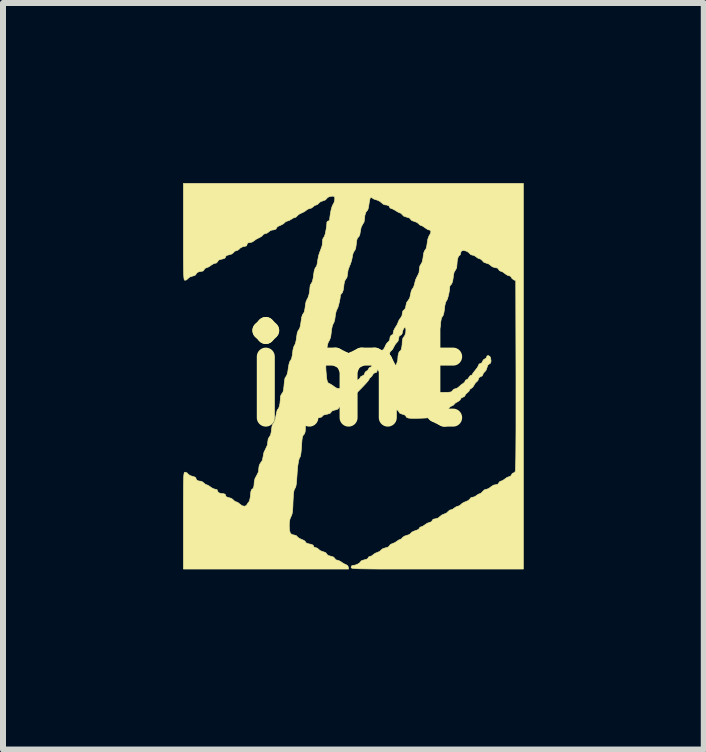
<source format=kicad_pcb>
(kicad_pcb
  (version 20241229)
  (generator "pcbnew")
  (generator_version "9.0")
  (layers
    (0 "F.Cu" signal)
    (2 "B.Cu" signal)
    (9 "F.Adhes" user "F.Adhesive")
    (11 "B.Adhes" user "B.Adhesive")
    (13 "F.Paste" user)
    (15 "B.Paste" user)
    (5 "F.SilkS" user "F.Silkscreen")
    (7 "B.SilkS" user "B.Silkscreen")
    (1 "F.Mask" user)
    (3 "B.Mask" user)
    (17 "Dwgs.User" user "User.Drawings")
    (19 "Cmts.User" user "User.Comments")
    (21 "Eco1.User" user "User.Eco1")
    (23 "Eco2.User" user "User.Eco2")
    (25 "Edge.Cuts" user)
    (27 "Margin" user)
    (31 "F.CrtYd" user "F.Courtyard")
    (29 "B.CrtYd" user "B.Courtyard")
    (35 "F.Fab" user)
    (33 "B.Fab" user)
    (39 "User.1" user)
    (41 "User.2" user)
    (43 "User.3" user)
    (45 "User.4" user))
  (footprint "imt"
    (layer "F.Cu")
    (at 2.829 3.217)
    (property "Reference" "imt" (at 0 0 0) (layer "F.SilkS") (effects (font (size 1.524 1.524) (thickness 0.3))))
    (attr through_hole)
    (fp_poly (pts (xy 2.839 3.212) (xy 1.404 3.212) (xy 1.166 3.212) (xy 0.955 3.212) (xy 0.77 3.212) (xy 0.61 3.212) (xy 0.473 3.212) (xy 0.358 3.211) (xy 0.261 3.21) (xy 0.182 3.209) (xy 0.119 3.208) (xy 0.069 3.206) (xy 0.033 3.204) (xy 0.006 3.201) (xy -0.012 3.199) (xy -0.022 3.195) (xy -0.028 3.191) (xy -0.03 3.187) (xy -0.03 3.182) (xy -0.02 3.157) (xy -0.005 3.153) (xy 0.037 3.146) (xy 0.08 3.129) (xy 0.113 3.108) (xy 0.124 3.092) (xy 0.144 3.072) (xy 0.19 3.058) (xy 0.192 3.058) (xy 0.237 3.045) (xy 0.254 3.027) (xy 0.254 3.025) (xy 0.266 3.007) (xy 0.282 3.003) (xy 0.312 2.993) (xy 0.335 2.974) (xy 0.37 2.949) (xy 0.406 2.935) (xy 0.444 2.919) (xy 0.468 2.897) (xy 0.495 2.874) (xy 0.54 2.859) (xy 0.544 2.859) (xy 0.589 2.845) (xy 0.608 2.823) (xy 0.627 2.801) (xy 0.655 2.789) (xy 0.696 2.773) (xy 0.731 2.75) (xy 0.762 2.728) (xy 0.787 2.719) (xy 0.809 2.708) (xy 0.825 2.689) (xy 0.855 2.665) (xy 0.9 2.65) (xy 0.941 2.637) (xy 0.963 2.617) (xy 0.963 2.616) (xy 0.982 2.597) (xy 1.02 2.579) (xy 1.038 2.573) (xy 1.084 2.556) (xy 1.105 2.537) (xy 1.106 2.533) (xy 1.118 2.514) (xy 1.132 2.51) (xy 1.16 2.501) (xy 1.195 2.478) (xy 1.201 2.473) (xy 1.239 2.448) (xy 1.274 2.436) (xy 1.278 2.435) (xy 1.309 2.423) (xy 1.319 2.406) (xy 1.336 2.382) (xy 1.37 2.376) (xy 1.419 2.362) (xy 1.445 2.34) (xy 1.483 2.31) (xy 1.523 2.294) (xy 1.56 2.278) (xy 1.584 2.255) (xy 1.609 2.232) (xy 1.629 2.226) (xy 1.661 2.216) (xy 1.688 2.196) (xy 1.721 2.174) (xy 1.747 2.166) (xy 1.778 2.155) (xy 1.797 2.138) (xy 1.823 2.115) (xy 1.865 2.094) (xy 1.879 2.089) (xy 1.921 2.071) (xy 1.945 2.049) (xy 1.948 2.044) (xy 1.967 2.022) (xy 1.99 2.017) (xy 2.028 2.007) (xy 2.058 1.987) (xy 2.089 1.965) (xy 2.113 1.957) (xy 2.137 1.946) (xy 2.16 1.92) (xy 2.195 1.889) (xy 2.223 1.883) (xy 2.259 1.872) (xy 2.295 1.845) (xy 2.341 1.814) (xy 2.374 1.808) (xy 2.412 1.8) (xy 2.428 1.778) (xy 2.447 1.754) (xy 2.464 1.748) (xy 2.492 1.738) (xy 2.527 1.715) (xy 2.531 1.711) (xy 2.566 1.686) (xy 2.599 1.674) (xy 2.602 1.673) (xy 2.631 1.66) (xy 2.64 1.644) (xy 2.655 1.619) (xy 2.668 1.614) (xy 2.691 1.602) (xy 2.704 1.585) (xy 2.707 1.566) (xy 2.709 1.519) (xy 2.711 1.446) (xy 2.713 1.345) (xy 2.714 1.215) (xy 2.715 1.058) (xy 2.716 0.872) (xy 2.716 0.657) (xy 2.716 0.413) (xy 2.716 0.14) (xy 2.716 -0.018) (xy 2.712 -1.591) (xy 2.679 -1.606) (xy 2.65 -1.627) (xy 2.639 -1.647) (xy 2.621 -1.669) (xy 2.602 -1.673) (xy 2.571 -1.683) (xy 2.535 -1.707) (xy 2.531 -1.711) (xy 2.497 -1.736) (xy 2.467 -1.748) (xy 2.464 -1.748) (xy 2.438 -1.761) (xy 2.428 -1.778) (xy 2.409 -1.802) (xy 2.374 -1.808) (xy 2.324 -1.822) (xy 2.295 -1.845) (xy 2.259 -1.872) (xy 2.223 -1.883) (xy 2.182 -1.897) (xy 2.16 -1.92) (xy 2.134 -1.947) (xy 2.109 -1.957) (xy 2.079 -1.968) (xy 2.054 -1.987) (xy 2.021 -2.01) (xy 1.992 -2.017) (xy 1.961 -2.026) (xy 1.948 -2.04) (xy 1.929 -2.061) (xy 1.894 -2.082) (xy 1.886 -2.085) (xy 1.838 -2.097) (xy 1.806 -2.085) (xy 1.793 -2.051) (xy 1.793 -2.045) (xy 1.787 -2.022) (xy 1.78 -2.017) (xy 1.763 -2.003) (xy 1.747 -1.968) (xy 1.737 -1.918) (xy 1.733 -1.867) (xy 1.728 -1.808) (xy 1.71 -1.771) (xy 1.705 -1.765) (xy 1.684 -1.728) (xy 1.672 -1.665) (xy 1.671 -1.647) (xy 1.661 -1.582) (xy 1.645 -1.539) (xy 1.639 -1.532) (xy 1.619 -1.509) (xy 1.613 -1.497) (xy 1.609 -1.445) (xy 1.6 -1.387) (xy 1.587 -1.332) (xy 1.574 -1.287) (xy 1.562 -1.262) (xy 1.56 -1.26) (xy 1.544 -1.232) (xy 1.531 -1.175) (xy 1.526 -1.129) (xy 1.515 -1.055) (xy 1.501 -1.009) (xy 1.491 -0.997) (xy 1.474 -0.967) (xy 1.463 -0.907) (xy 1.46 -0.879) (xy 1.451 -0.81) (xy 1.437 -0.765) (xy 1.429 -0.754) (xy 1.413 -0.736) (xy 1.403 -0.711) (xy 1.394 -0.674) (xy 1.387 -0.618) (xy 1.382 -0.576) (xy 1.374 -0.52) (xy 1.36 -0.473) (xy 1.35 -0.45) (xy 1.336 -0.414) (xy 1.325 -0.355) (xy 1.319 -0.293) (xy 1.31 -0.212) (xy 1.295 -0.144) (xy 1.283 -0.111) (xy 1.263 -0.05) (xy 1.255 0.015) (xy 1.259 0.074) (xy 1.274 0.118) (xy 1.285 0.13) (xy 1.308 0.16) (xy 1.315 0.183) (xy 1.327 0.205) (xy 1.343 0.209) (xy 1.369 0.222) (xy 1.379 0.239) (xy 1.386 0.254) (xy 1.4 0.263) (xy 1.429 0.267) (xy 1.478 0.269) (xy 1.515 0.269) (xy 1.578 0.268) (xy 1.618 0.265) (xy 1.641 0.258) (xy 1.655 0.245) (xy 1.658 0.239) (xy 1.683 0.215) (xy 1.705 0.209) (xy 1.736 0.199) (xy 1.768 0.174) (xy 1.802 0.143) (xy 1.834 0.121) (xy 1.86 0.1) (xy 1.868 0.082) (xy 1.88 0.062) (xy 1.89 0.06) (xy 1.913 0.047) (xy 1.93 0.022) (xy 1.949 -0.005) (xy 1.967 -0.015) (xy 1.985 -0.022) (xy 1.987 -0.027) (xy 1.996 -0.045) (xy 2.019 -0.076) (xy 2.039 -0.101) (xy 2.069 -0.139) (xy 2.088 -0.172) (xy 2.092 -0.185) (xy 2.104 -0.205) (xy 2.12 -0.209) (xy 2.147 -0.223) (xy 2.157 -0.245) (xy 2.175 -0.275) (xy 2.196 -0.288) (xy 2.221 -0.304) (xy 2.226 -0.32) (xy 2.236 -0.34) (xy 2.258 -0.343) (xy 2.28 -0.33) (xy 2.292 -0.31) (xy 2.301 -0.252) (xy 2.29 -0.216) (xy 2.272 -0.205) (xy 2.246 -0.183) (xy 2.233 -0.143) (xy 2.219 -0.103) (xy 2.198 -0.076) (xy 2.195 -0.074) (xy 2.172 -0.05) (xy 2.166 -0.031) (xy 2.153 -0.005) (xy 2.129 0.006) (xy 2.098 0.024) (xy 2.092 0.045) (xy 2.08 0.075) (xy 2.064 0.089) (xy 2.039 0.113) (xy 2.018 0.148) (xy 1.996 0.183) (xy 1.971 0.202) (xy 1.971 0.202) (xy 1.947 0.218) (xy 1.942 0.231) (xy 1.931 0.252) (xy 1.905 0.275) (xy 1.878 0.299) (xy 1.868 0.32) (xy 1.855 0.339) (xy 1.83 0.35) (xy 1.802 0.364) (xy 1.793 0.381) (xy 1.781 0.4) (xy 1.75 0.422) (xy 1.741 0.427) (xy 1.707 0.446) (xy 1.689 0.463) (xy 1.688 0.466) (xy 1.676 0.48) (xy 1.646 0.495) (xy 1.645 0.495) (xy 1.612 0.514) (xy 1.594 0.539) (xy 1.575 0.563) (xy 1.558 0.568) (xy 1.526 0.578) (xy 1.502 0.598) (xy 1.468 0.621) (xy 1.439 0.628) (xy 1.395 0.636) (xy 1.351 0.658) (xy 1.327 0.68) (xy 1.308 0.686) (xy 1.267 0.691) (xy 1.21 0.696) (xy 1.143 0.699) (xy 1.074 0.701) (xy 1.009 0.702) (xy 0.956 0.7) (xy 0.92 0.696) (xy 0.918 0.696) (xy 0.89 0.681) (xy 0.882 0.665) (xy 0.868 0.648) (xy 0.832 0.634) (xy 0.827 0.634) (xy 0.783 0.618) (xy 0.766 0.596) (xy 0.754 0.573) (xy 0.745 0.568) (xy 0.719 0.555) (xy 0.693 0.524) (xy 0.676 0.486) (xy 0.672 0.465) (xy 0.665 0.429) (xy 0.642 0.414) (xy 0.628 0.407) (xy 0.619 0.393) (xy 0.614 0.364) (xy 0.613 0.316) (xy 0.613 0.276) (xy 0.614 0.209) (xy 0.618 0.163) (xy 0.628 0.132) (xy 0.642 0.109) (xy 0.663 0.07) (xy 0.672 0.017) (xy 0.672 -0.013) (xy 0.68 -0.092) (xy 0.707 -0.163) (xy 0.71 -0.168) (xy 0.731 -0.217) (xy 0.745 -0.263) (xy 0.747 -0.281) (xy 0.751 -0.339) (xy 0.761 -0.385) (xy 0.775 -0.413) (xy 0.784 -0.418) (xy 0.799 -0.432) (xy 0.811 -0.469) (xy 0.819 -0.524) (xy 0.822 -0.583) (xy 0.833 -0.636) (xy 0.852 -0.661) (xy 0.869 -0.689) (xy 0.88 -0.73) (xy 0.883 -0.773) (xy 0.876 -0.805) (xy 0.869 -0.813) (xy 0.855 -0.807) (xy 0.839 -0.782) (xy 0.826 -0.748) (xy 0.822 -0.718) (xy 0.809 -0.693) (xy 0.792 -0.683) (xy 0.769 -0.667) (xy 0.762 -0.63) (xy 0.752 -0.586) (xy 0.734 -0.565) (xy 0.71 -0.538) (xy 0.686 -0.498) (xy 0.682 -0.489) (xy 0.662 -0.451) (xy 0.641 -0.427) (xy 0.636 -0.424) (xy 0.617 -0.404) (xy 0.613 -0.381) (xy 0.601 -0.349) (xy 0.583 -0.339) (xy 0.557 -0.319) (xy 0.553 -0.3) (xy 0.547 -0.275) (xy 0.539 -0.269) (xy 0.524 -0.257) (xy 0.501 -0.228) (xy 0.491 -0.213) (xy 0.464 -0.173) (xy 0.437 -0.143) (xy 0.43 -0.137) (xy 0.408 -0.109) (xy 0.403 -0.089) (xy 0.392 -0.064) (xy 0.373 -0.06) (xy 0.343 -0.046) (xy 0.329 -0.024) (xy 0.31 0.006) (xy 0.292 0.02) (xy 0.272 0.04) (xy 0.269 0.052) (xy 0.259 0.069) (xy 0.232 0.102) (xy 0.193 0.145) (xy 0.146 0.194) (xy 0.097 0.244) (xy 0.05 0.29) (xy 0.009 0.328) (xy -0.02 0.352) (xy -0.031 0.359) (xy -0.047 0.368) (xy -0.075 0.391) (xy -0.081 0.396) (xy -0.111 0.421) (xy -0.133 0.433) (xy -0.135 0.433) (xy -0.148 0.445) (xy -0.149 0.456) (xy -0.162 0.477) (xy -0.193 0.495) (xy -0.194 0.495) (xy -0.225 0.512) (xy -0.239 0.531) (xy -0.239 0.532) (xy -0.253 0.548) (xy -0.29 0.561) (xy -0.298 0.562) (xy -0.343 0.576) (xy -0.363 0.597) (xy -0.381 0.618) (xy -0.426 0.632) (xy -0.439 0.634) (xy -0.485 0.645) (xy -0.507 0.66) (xy -0.508 0.665) (xy -0.522 0.68) (xy -0.564 0.691) (xy -0.594 0.695) (xy -0.674 0.705) (xy -0.729 0.717) (xy -0.764 0.736) (xy -0.782 0.765) (xy -0.79 0.809) (xy -0.792 0.872) (xy -0.796 0.927) (xy -0.809 0.962) (xy -0.819 0.973) (xy -0.832 0.989) (xy -0.841 1.015) (xy -0.848 1.056) (xy -0.853 1.119) (xy -0.856 1.166) (xy -0.861 1.234) (xy -0.867 1.29) (xy -0.874 1.329) (xy -0.88 1.344) (xy -0.894 1.367) (xy -0.907 1.419) (xy -0.919 1.495) (xy -0.928 1.593) (xy -0.933 1.673) (xy -0.939 1.756) (xy -0.946 1.813) (xy -0.955 1.85) (xy -0.967 1.871) (xy -0.977 1.889) (xy -0.985 1.92) (xy -0.991 1.968) (xy -0.995 2.038) (xy -0.998 2.096) (xy -1.001 2.183) (xy -1.006 2.245) (xy -1.013 2.29) (xy -1.023 2.322) (xy -1.033 2.34) (xy -1.05 2.382) (xy -1.059 2.438) (xy -1.061 2.492) (xy -1.057 2.564) (xy -1.044 2.611) (xy -1.019 2.636) (xy -0.981 2.645) (xy -0.978 2.645) (xy -0.944 2.655) (xy -0.928 2.672) (xy -0.905 2.693) (xy -0.866 2.714) (xy -0.853 2.719) (xy -0.815 2.735) (xy -0.794 2.753) (xy -0.792 2.759) (xy -0.779 2.776) (xy -0.751 2.788) (xy -0.7 2.8) (xy -0.671 2.81) (xy -0.659 2.821) (xy -0.657 2.832) (xy -0.645 2.849) (xy -0.624 2.854) (xy -0.589 2.866) (xy -0.572 2.883) (xy -0.545 2.905) (xy -0.505 2.921) (xy -0.499 2.922) (xy -0.455 2.938) (xy -0.437 2.96) (xy -0.417 2.984) (xy -0.371 2.998) (xy -0.37 2.998) (xy -0.323 3.012) (xy -0.303 3.035) (xy -0.283 3.058) (xy -0.265 3.063) (xy -0.233 3.072) (xy -0.195 3.093) (xy -0.188 3.099) (xy -0.15 3.123) (xy -0.116 3.139) (xy -0.112 3.14) (xy -0.086 3.158) (xy -0.077 3.179) (xy -0.073 3.212) (xy -2.824 3.212) (xy -2.824 2.406) (xy -2.824 2.23) (xy -2.824 2.082) (xy -2.823 1.959) (xy -2.823 1.859) (xy -2.822 1.779) (xy -2.82 1.718) (xy -2.819 1.672) (xy -2.816 1.64) (xy -2.813 1.619) (xy -2.809 1.607) (xy -2.804 1.601) (xy -2.798 1.599) (xy -2.794 1.599) (xy -2.763 1.61) (xy -2.746 1.629) (xy -2.716 1.653) (xy -2.671 1.668) (xy -2.631 1.68) (xy -2.615 1.698) (xy -2.615 1.704) (xy -2.601 1.732) (xy -2.564 1.746) (xy -2.539 1.748) (xy -2.507 1.759) (xy -2.484 1.778) (xy -2.458 1.801) (xy -2.438 1.808) (xy -2.414 1.817) (xy -2.38 1.839) (xy -2.373 1.845) (xy -2.334 1.87) (xy -2.297 1.882) (xy -2.292 1.883) (xy -2.263 1.89) (xy -2.256 1.911) (xy -2.242 1.937) (xy -2.203 1.953) (xy -2.155 1.957) (xy -2.128 1.966) (xy -2.122 1.985) (xy -2.113 2.006) (xy -2.082 2.019) (xy -2.066 2.022) (xy -2.02 2.037) (xy -1.991 2.062) (xy -1.966 2.085) (xy -1.946 2.092) (xy -1.918 2.102) (xy -1.887 2.127) (xy -1.885 2.129) (xy -1.847 2.157) (xy -1.809 2.166) (xy -1.778 2.156) (xy -1.767 2.14) (xy -1.747 2.109) (xy -1.736 2.098) (xy -1.723 2.074) (xy -1.712 2.026) (xy -1.707 1.983) (xy -1.7 1.922) (xy -1.689 1.889) (xy -1.681 1.883) (xy -1.662 1.869) (xy -1.649 1.829) (xy -1.644 1.769) (xy -1.644 1.762) (xy -1.631 1.703) (xy -1.606 1.658) (xy -1.575 1.596) (xy -1.569 1.545) (xy -1.564 1.5) (xy -1.553 1.467) (xy -1.549 1.461) (xy -1.509 1.401) (xy -1.494 1.327) (xy -1.494 1.324) (xy -1.483 1.269) (xy -1.457 1.216) (xy -1.425 1.146) (xy -1.419 1.098) (xy -1.411 1.041) (xy -1.391 1.01) (xy -1.372 0.979) (xy -1.36 0.926) (xy -1.357 0.894) (xy -1.347 0.828) (xy -1.331 0.791) (xy -1.325 0.785) (xy -1.309 0.759) (xy -1.293 0.709) (xy -1.283 0.66) (xy -1.273 0.608) (xy -1.263 0.57) (xy -1.255 0.553) (xy -1.254 0.553) (xy -1.24 0.539) (xy -1.227 0.504) (xy -1.216 0.456) (xy -1.211 0.402) (xy -1.21 0.387) (xy -1.205 0.329) (xy -1.187 0.293) (xy -1.182 0.288) (xy -1.166 0.265) (xy -1.156 0.226) (xy -1.149 0.167) (xy -1.147 0.143) (xy -1.14 0.074) (xy -1.131 0.03) (xy -1.117 0.008) (xy -1.116 0.008) (xy -1.1 -0.02) (xy -1.085 -0.075) (xy -1.078 -0.128) (xy -1.07 -0.175) (xy -0.452 -0.175) (xy -0.451 -0.133) (xy -0.449 -0.089) (xy -0.444 -0.037) (xy -0.442 -0.01) (xy -0.435 0.05) (xy -0.427 0.087) (xy -0.416 0.108) (xy -0.399 0.119) (xy -0.398 0.119) (xy -0.366 0.136) (xy -0.325 0.163) (xy -0.314 0.172) (xy -0.277 0.196) (xy -0.244 0.205) (xy -0.2 0.204) (xy -0.187 0.202) (xy -0.131 0.189) (xy -0.094 0.169) (xy -0.09 0.165) (xy -0.059 0.143) (xy -0.018 0.127) (xy -0.018 0.127) (xy 0.019 0.114) (xy 0.04 0.096) (xy 0.04 0.095) (xy 0.06 0.072) (xy 0.084 0.059) (xy 0.111 0.041) (xy 0.12 0.024) (xy 0.132 0.005) (xy 0.157 -0.006) (xy 0.188 -0.024) (xy 0.194 -0.044) (xy 0.207 -0.072) (xy 0.223 -0.082) (xy 0.25 -0.103) (xy 0.258 -0.12) (xy 0.275 -0.144) (xy 0.29 -0.149) (xy 0.311 -0.161) (xy 0.314 -0.171) (xy 0.323 -0.195) (xy 0.346 -0.23) (xy 0.359 -0.244) (xy 0.386 -0.28) (xy 0.402 -0.31) (xy 0.403 -0.318) (xy 0.416 -0.341) (xy 0.433 -0.351) (xy 0.458 -0.371) (xy 0.463 -0.389) (xy 0.475 -0.418) (xy 0.492 -0.433) (xy 0.516 -0.457) (xy 0.536 -0.495) (xy 0.538 -0.501) (xy 0.557 -0.54) (xy 0.581 -0.567) (xy 0.584 -0.568) (xy 0.607 -0.593) (xy 0.613 -0.612) (xy 0.62 -0.657) (xy 0.638 -0.683) (xy 0.652 -0.687) (xy 0.668 -0.7) (xy 0.672 -0.727) (xy 0.681 -0.765) (xy 0.703 -0.807) (xy 0.707 -0.813) (xy 0.734 -0.855) (xy 0.752 -0.897) (xy 0.753 -0.901) (xy 0.771 -0.941) (xy 0.792 -0.968) (xy 0.816 -1.006) (xy 0.822 -1.041) (xy 0.831 -1.085) (xy 0.852 -1.106) (xy 0.875 -1.132) (xy 0.882 -1.173) (xy 0.895 -1.229) (xy 0.917 -1.258) (xy 0.946 -1.302) (xy 0.96 -1.366) (xy 0.96 -1.366) (xy 0.971 -1.418) (xy 0.987 -1.452) (xy 0.993 -1.458) (xy 1.009 -1.483) (xy 1.024 -1.525) (xy 1.029 -1.55) (xy 1.043 -1.604) (xy 1.064 -1.651) (xy 1.073 -1.666) (xy 1.1 -1.722) (xy 1.106 -1.773) (xy 1.114 -1.834) (xy 1.133 -1.865) (xy 1.154 -1.904) (xy 1.168 -1.972) (xy 1.169 -1.988) (xy 1.18 -2.056) (xy 1.196 -2.095) (xy 1.203 -2.101) (xy 1.221 -2.131) (xy 1.233 -2.188) (xy 1.236 -2.214) (xy 1.247 -2.282) (xy 1.265 -2.332) (xy 1.272 -2.344) (xy 1.295 -2.383) (xy 1.298 -2.416) (xy 1.284 -2.434) (xy 1.272 -2.435) (xy 1.243 -2.445) (xy 1.208 -2.468) (xy 1.201 -2.473) (xy 1.167 -2.497) (xy 1.139 -2.51) (xy 1.135 -2.51) (xy 1.11 -2.522) (xy 1.095 -2.539) (xy 1.068 -2.561) (xy 1.028 -2.577) (xy 1.022 -2.579) (xy 0.98 -2.593) (xy 0.96 -2.615) (xy 0.94 -2.637) (xy 0.896 -2.65) (xy 0.847 -2.666) (xy 0.822 -2.69) (xy 0.802 -2.713) (xy 0.787 -2.719) (xy 0.764 -2.727) (xy 0.729 -2.747) (xy 0.714 -2.757) (xy 0.675 -2.78) (xy 0.643 -2.793) (xy 0.636 -2.794) (xy 0.615 -2.805) (xy 0.613 -2.815) (xy 0.599 -2.838) (xy 0.563 -2.852) (xy 0.537 -2.854) (xy 0.507 -2.864) (xy 0.476 -2.89) (xy 0.476 -2.891) (xy 0.438 -2.919) (xy 0.392 -2.938) (xy 0.39 -2.938) (xy 0.349 -2.951) (xy 0.322 -2.968) (xy 0.32 -2.97) (xy 0.303 -2.983) (xy 0.288 -2.968) (xy 0.276 -2.925) (xy 0.267 -2.863) (xy 0.259 -2.814) (xy 0.25 -2.779) (xy 0.243 -2.766) (xy 0.216 -2.733) (xy 0.199 -2.68) (xy 0.194 -2.628) (xy 0.185 -2.567) (xy 0.163 -2.532) (xy 0.138 -2.485) (xy 0.124 -2.414) (xy 0.114 -2.355) (xy 0.097 -2.322) (xy 0.09 -2.316) (xy 0.073 -2.298) (xy 0.063 -2.26) (xy 0.056 -2.204) (xy 0.047 -2.136) (xy 0.032 -2.096) (xy 0.024 -2.087) (xy 0.007 -2.06) (xy -0.007 -2.012) (xy -0.01 -1.987) (xy -0.023 -1.925) (xy -0.044 -1.863) (xy -0.055 -1.839) (xy -0.08 -1.772) (xy -0.09 -1.709) (xy -0.098 -1.65) (xy -0.118 -1.618) (xy -0.138 -1.585) (xy -0.149 -1.531) (xy -0.152 -1.5) (xy -0.162 -1.432) (xy -0.178 -1.389) (xy -0.184 -1.383) (xy -0.204 -1.359) (xy -0.209 -1.347) (xy -0.213 -1.305) (xy -0.223 -1.251) (xy -0.236 -1.196) (xy -0.249 -1.149) (xy -0.262 -1.12) (xy -0.264 -1.118) (xy -0.277 -1.089) (xy -0.289 -1.041) (xy -0.295 -0.998) (xy -0.303 -0.94) (xy -0.317 -0.894) (xy -0.327 -0.877) (xy -0.342 -0.843) (xy -0.354 -0.786) (xy -0.36 -0.738) (xy -0.37 -0.658) (xy -0.388 -0.604) (xy -0.399 -0.586) (xy -0.413 -0.56) (xy -0.424 -0.524) (xy -0.432 -0.472) (xy -0.439 -0.398) (xy -0.44 -0.374) (xy -0.446 -0.288) (xy -0.45 -0.224) (xy -0.452 -0.175) (xy -1.07 -0.175) (xy -1.065 -0.202) (xy -1.05 -0.248) (xy -1.039 -0.263) (xy -1.022 -0.292) (xy -1.01 -0.35) (xy -1.006 -0.383) (xy -0.998 -0.444) (xy -0.985 -0.491) (xy -0.974 -0.512) (xy -0.96 -0.541) (xy -0.947 -0.591) (xy -0.939 -0.647) (xy -0.928 -0.719) (xy -0.912 -0.761) (xy -0.903 -0.772) (xy -0.886 -0.799) (xy -0.873 -0.852) (xy -0.865 -0.907) (xy -0.854 -0.982) (xy -0.839 -1.027) (xy -0.828 -1.041) (xy -0.811 -1.07) (xy -0.799 -1.128) (xy -0.796 -1.153) (xy -0.789 -1.206) (xy -0.779 -1.249) (xy -0.769 -1.27) (xy -0.749 -1.308) (xy -0.731 -1.364) (xy -0.72 -1.427) (xy -0.717 -1.47) (xy -0.711 -1.518) (xy -0.693 -1.546) (xy -0.677 -1.574) (xy -0.663 -1.631) (xy -0.657 -1.68) (xy -0.645 -1.754) (xy -0.63 -1.8) (xy -0.619 -1.814) (xy -0.602 -1.843) (xy -0.59 -1.901) (xy -0.587 -1.928) (xy -0.573 -2.006) (xy -0.55 -2.075) (xy -0.543 -2.09) (xy -0.513 -2.176) (xy -0.508 -2.228) (xy -0.503 -2.283) (xy -0.488 -2.311) (xy -0.486 -2.312) (xy -0.474 -2.332) (xy -0.461 -2.373) (xy -0.45 -2.428) (xy -0.44 -2.49) (xy -0.434 -2.549) (xy -0.434 -2.566) (xy -0.421 -2.583) (xy -0.411 -2.585) (xy -0.391 -2.595) (xy -0.388 -2.603) (xy -0.384 -2.653) (xy -0.375 -2.712) (xy -0.364 -2.77) (xy -0.35 -2.82) (xy -0.338 -2.851) (xy -0.335 -2.855) (xy -0.317 -2.886) (xy -0.305 -2.927) (xy -0.302 -2.966) (xy -0.309 -2.992) (xy -0.312 -2.995) (xy -0.342 -3) (xy -0.382 -2.994) (xy -0.417 -2.98) (xy -0.437 -2.96) (xy -0.437 -2.959) (xy -0.458 -2.937) (xy -0.498 -2.922) (xy -0.54 -2.907) (xy -0.567 -2.884) (xy -0.568 -2.883) (xy -0.591 -2.859) (xy -0.61 -2.854) (xy -0.639 -2.843) (xy -0.661 -2.824) (xy -0.692 -2.801) (xy -0.717 -2.794) (xy -0.75 -2.784) (xy -0.775 -2.766) (xy -0.809 -2.741) (xy -0.853 -2.72) (xy -0.859 -2.717) (xy -0.898 -2.698) (xy -0.925 -2.675) (xy -0.928 -2.671) (xy -0.95 -2.649) (xy -0.966 -2.645) (xy -0.993 -2.636) (xy -1.027 -2.615) (xy -1.027 -2.615) (xy -1.062 -2.594) (xy -1.092 -2.585) (xy -1.122 -2.573) (xy -1.138 -2.557) (xy -1.165 -2.535) (xy -1.206 -2.514) (xy -1.214 -2.511) (xy -1.25 -2.495) (xy -1.269 -2.478) (xy -1.27 -2.473) (xy -1.283 -2.451) (xy -1.319 -2.438) (xy -1.346 -2.435) (xy -1.377 -2.425) (xy -1.4 -2.406) (xy -1.432 -2.383) (xy -1.458 -2.376) (xy -1.488 -2.366) (xy -1.5 -2.353) (xy -1.518 -2.332) (xy -1.554 -2.311) (xy -1.565 -2.306) (xy -1.608 -2.284) (xy -1.644 -2.259) (xy -1.648 -2.255) (xy -1.682 -2.234) (xy -1.719 -2.226) (xy -1.751 -2.221) (xy -1.763 -2.203) (xy -1.763 -2.196) (xy -1.774 -2.171) (xy -1.793 -2.166) (xy -1.836 -2.157) (xy -1.879 -2.134) (xy -1.902 -2.11) (xy -1.926 -2.095) (xy -1.943 -2.092) (xy -1.972 -2.08) (xy -1.987 -2.062) (xy -2.016 -2.037) (xy -2.062 -2.023) (xy -2.104 -2.012) (xy -2.121 -1.994) (xy -2.122 -1.987) (xy -2.131 -1.968) (xy -2.164 -1.955) (xy -2.183 -1.951) (xy -2.229 -1.939) (xy -2.25 -1.917) (xy -2.252 -1.912) (xy -2.272 -1.887) (xy -2.291 -1.883) (xy -2.324 -1.873) (xy -2.361 -1.85) (xy -2.367 -1.845) (xy -2.403 -1.821) (xy -2.435 -1.808) (xy -2.439 -1.808) (xy -2.466 -1.795) (xy -2.476 -1.778) (xy -2.496 -1.753) (xy -2.52 -1.748) (xy -2.565 -1.741) (xy -2.599 -1.723) (xy -2.615 -1.699) (xy -2.615 -1.697) (xy -2.628 -1.682) (xy -2.663 -1.67) (xy -2.671 -1.668) (xy -2.717 -1.653) (xy -2.746 -1.629) (xy -2.772 -1.605) (xy -2.794 -1.599) (xy -2.801 -1.599) (xy -2.806 -1.603) (xy -2.811 -1.611) (xy -2.814 -1.627) (xy -2.817 -1.653) (xy -2.819 -1.691) (xy -2.821 -1.743) (xy -2.822 -1.813) (xy -2.823 -1.901) (xy -2.824 -2.011) (xy -2.824 -2.145) (xy -2.824 -2.305) (xy -2.824 -2.406) (xy -2.824 -3.212) (xy 2.839 -3.212) (xy 2.839 3.212)) (stroke (width 0.01) (type solid)) (fill yes) (layer "F.SilkS")))
  (gr_rect
    (start -3 -3)
    (end 8.673 9.435)
    (stroke (width 0.1) (type default))
    (fill no)
    (layer "Edge.Cuts")))
</source>
